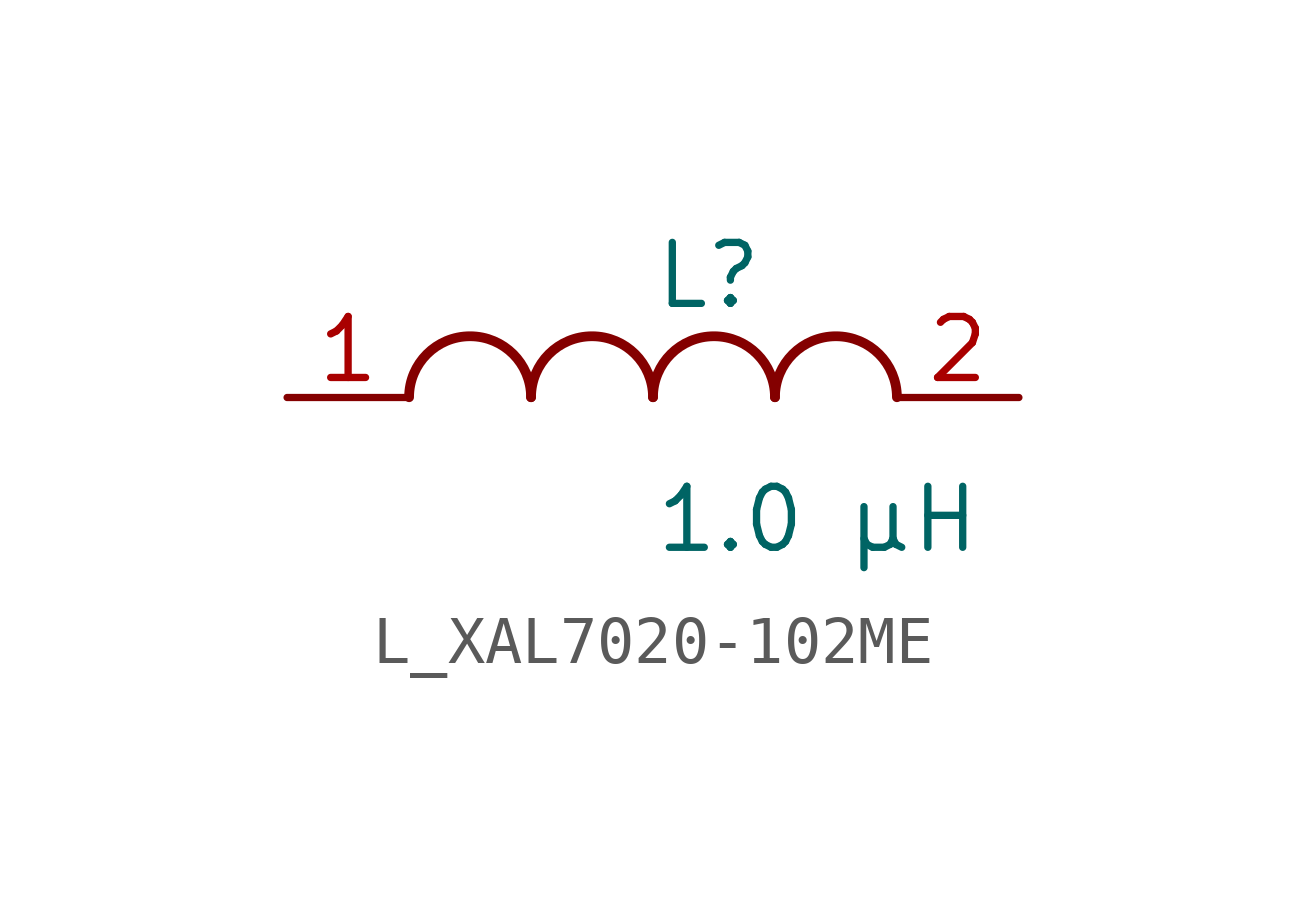
<source format=kicad_sym>
(kicad_symbol_lib
  (version 20231120)
  (generator kicad_symbol_editor)
  (generator_version 8.0)
  (symbol "L_XAL7020-102ME"
    (pin_names
      (offset 0.254))
    (property "Reference" "L"
      (at 0 2.54 0)
      (effects (font (size 1.27 1.27)) (justify left)))
    (property "Value" "1.0 µH"
      (at 0 -2.54 0)
      (effects (font (size 1.27 1.27)) (justify left)))
    (symbol "L_XAL7020-102ME_1_1"
      (arc (start -2.54 0.0056) (mid -3.81 1.27) (end -5.08 0.0056) (stroke (width 0.2032) (type default)) (fill (type none)))
      (arc (start 0 0.0056) (mid -1.27 1.27) (end -2.54 0.0056) (stroke (width 0.2032) (type default)) (fill (type none)))
      (arc (start 2.54 0.0056) (mid 1.27 1.27) (end 0 0.0056) (stroke (width 0.2032) (type default)) (fill (type none)))
      (arc (start 5.08 0.0056) (mid 3.81 1.27) (end 2.54 0.0056) (stroke (width 0.2032) (type default)) (fill (type none)))
      (pin unspecified line (at -7.62 0 0) (length 2.54) (name "" (effects (font (size 1.27 1.27)))) (number "1" (effects (font (size 1.27 1.27)))))
      (pin unspecified line (at 7.62 0 180) (length 2.54) (name "" (effects (font (size 1.27 1.27)))) (number "2" (effects (font (size 1.27 1.27))))))))
</source>
